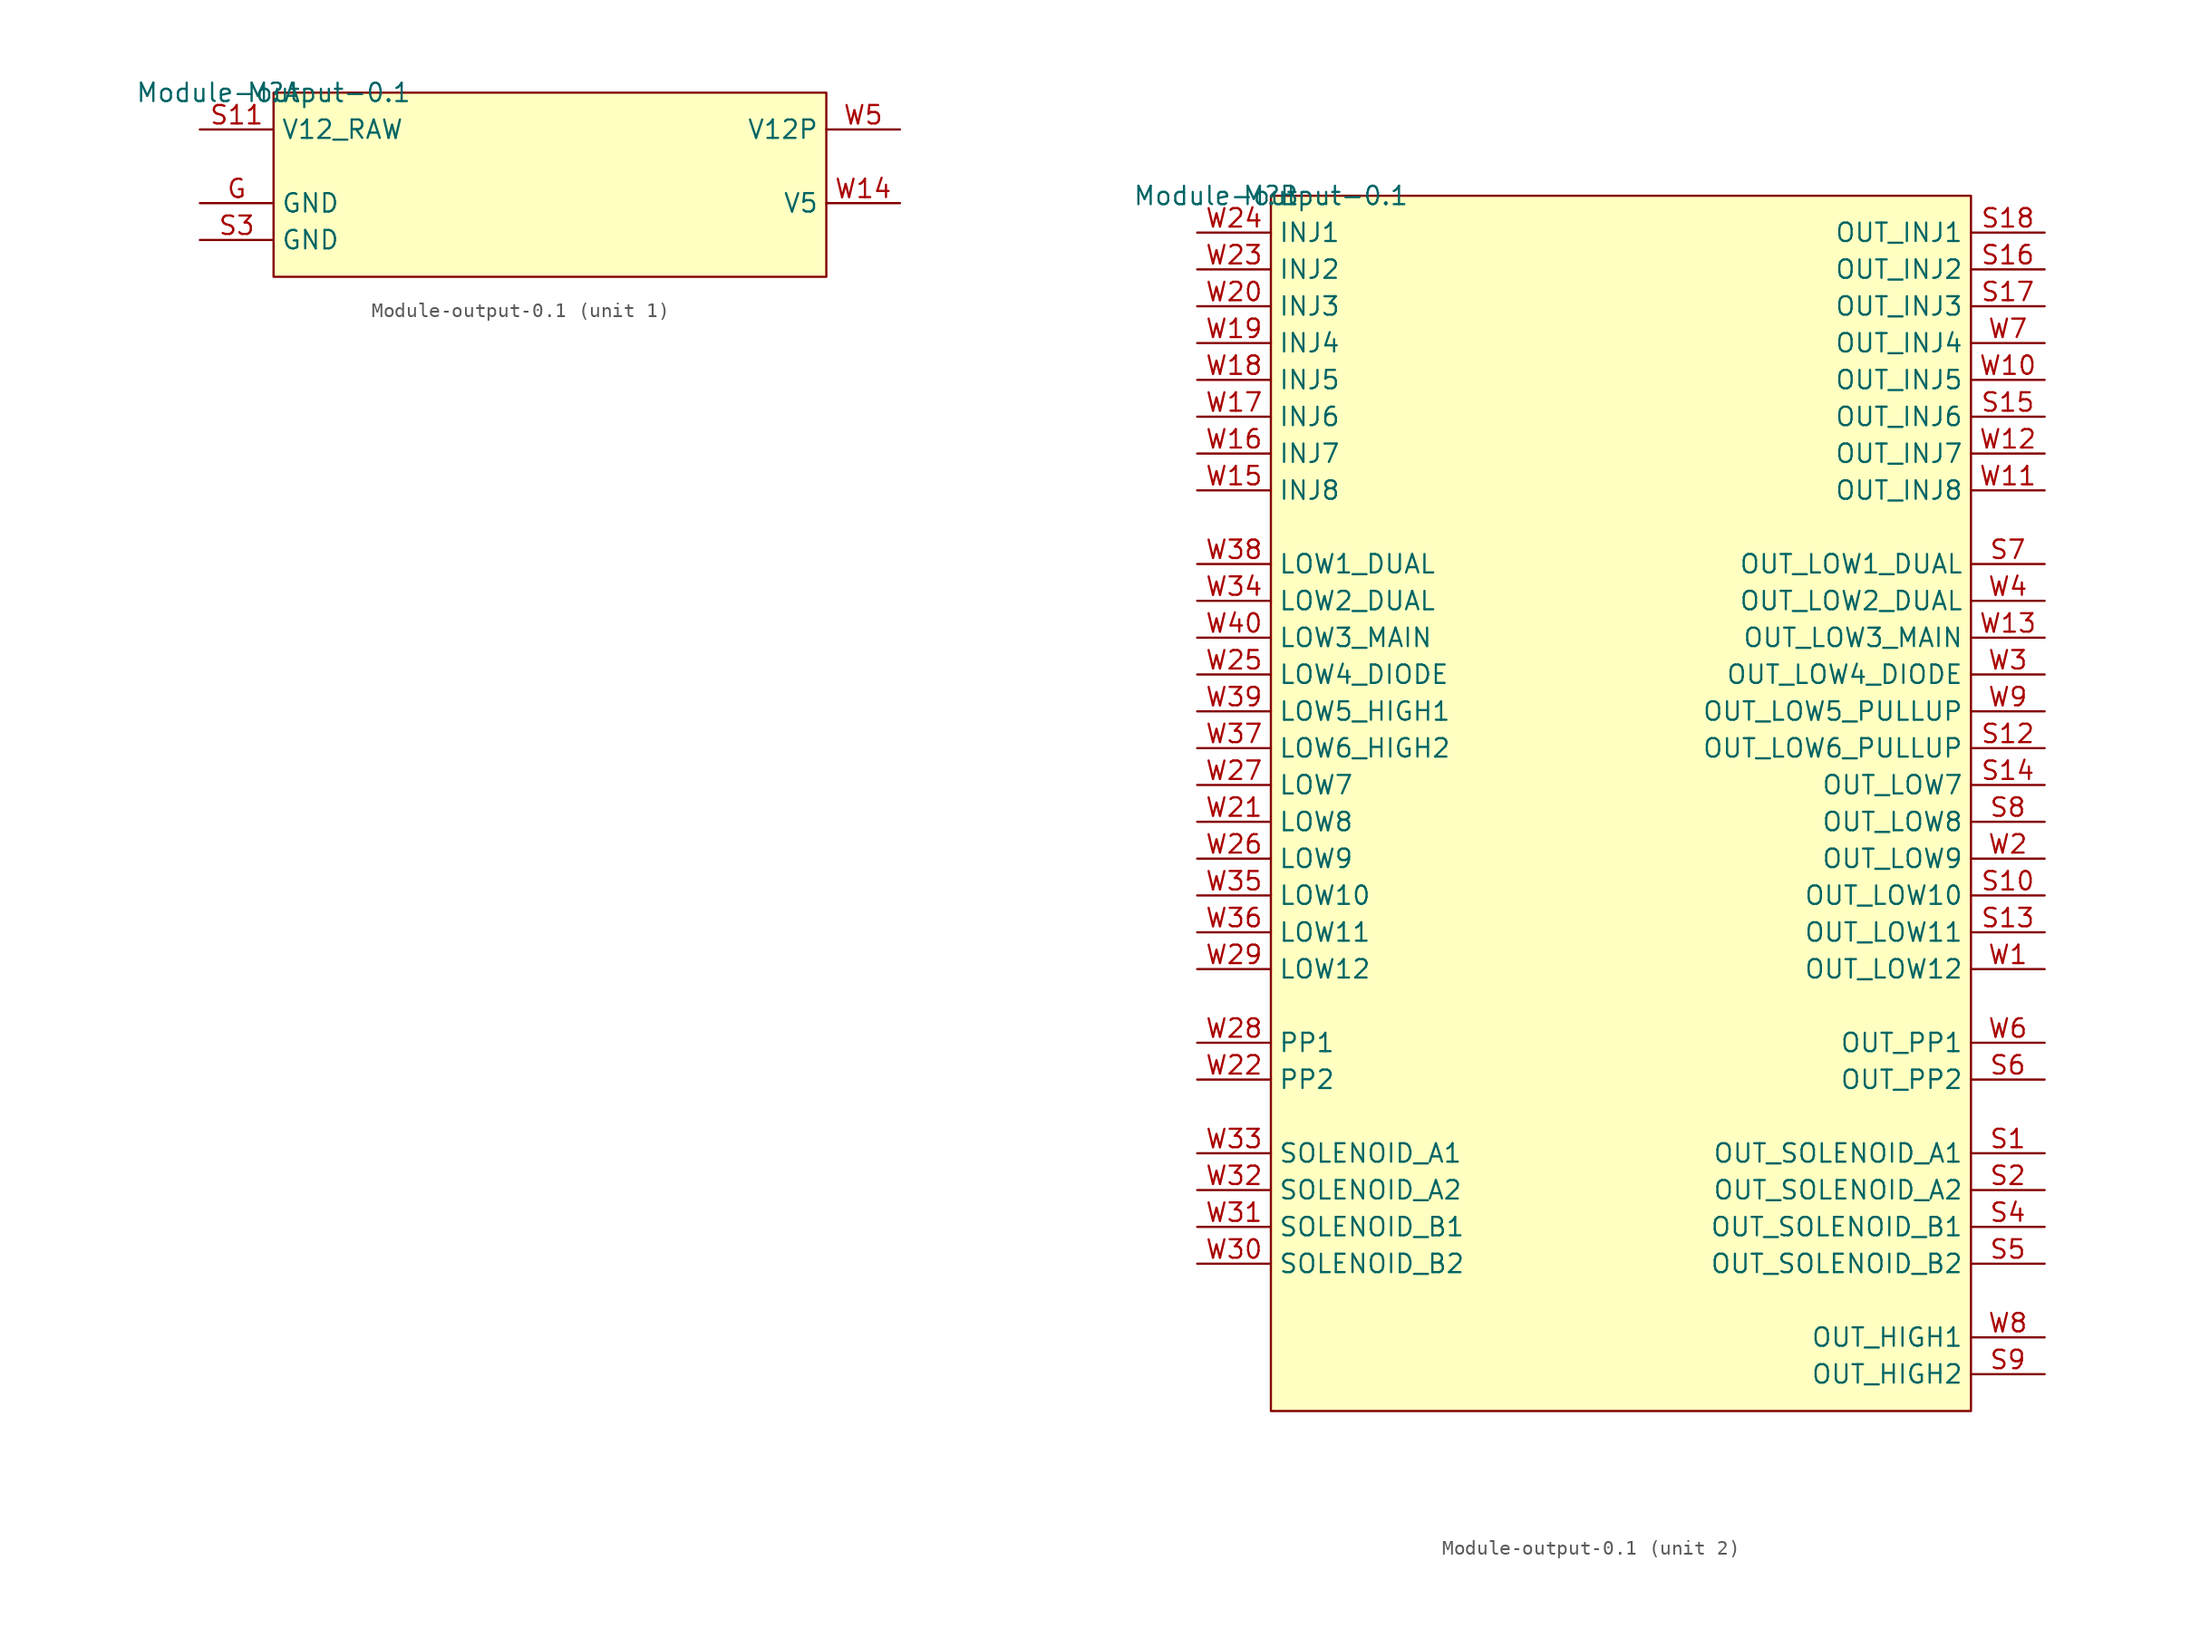
<source format=kicad_sym>
(kicad_symbol_lib
  (version 20201005)
  (generator kicad_symbol_editor)
  (symbol "output:Module-output-0.1"
    (property "Reference" "M"
      (at 0 0 0)
      (effects (font (size 1.27 1.27))))
    (property "Value" "Module-output-0.1"
      (at 0 0 0)
      (effects (font (size 1.27 1.27))))
    (symbol "Module-output-0.1_1_0"
      (rectangle (start 38.1 0) (end 0 -12.7) (stroke (width 0)) (fill (type background)))
      (pin passive line (at -5.08 -10.16 0) (length 5.08) (name "GND" (effects (font (size 1.27 1.27)))) (number "S3" (effects (font (size 1.27 1.27)))))
      (pin passive line (at -5.08 -2.54 0) (length 5.08) (name "V12_RAW" (effects (font (size 1.27 1.27)))) (number "S11" (effects (font (size 1.27 1.27)))))
      (pin passive line (at -5.08 -7.62 0) (length 5.08) (name "GND" (effects (font (size 1.27 1.27)))) (number "G" (effects (font (size 1.27 1.27)))))
      (pin passive line (at 43.18 -2.54 180) (length 5.08) (name "V12P" (effects (font (size 1.27 1.27)))) (number "W5" (effects (font (size 1.27 1.27)))))
      (pin passive line (at 43.18 -7.62 180) (length 5.08) (name "V5" (effects (font (size 1.27 1.27)))) (number "W14" (effects (font (size 1.27 1.27))))))
    (symbol "Module-output-0.1_2_0"
      (rectangle (start 48.26 0) (end 0 -83.82) (stroke (width 0)) (fill (type background)))
      (pin passive line (at 53.34 -66.04 180) (length 5.08) (name "OUT_SOLENOID_A1" (effects (font (size 1.27 1.27)))) (number "S1" (effects (font (size 1.27 1.27)))))
      (pin passive line (at 53.34 -68.58 180) (length 5.08) (name "OUT_SOLENOID_A2" (effects (font (size 1.27 1.27)))) (number "S2" (effects (font (size 1.27 1.27)))))
      (pin passive line (at 53.34 -71.12 180) (length 5.08) (name "OUT_SOLENOID_B1" (effects (font (size 1.27 1.27)))) (number "S4" (effects (font (size 1.27 1.27)))))
      (pin passive line (at 53.34 -73.66 180) (length 5.08) (name "OUT_SOLENOID_B2" (effects (font (size 1.27 1.27)))) (number "S5" (effects (font (size 1.27 1.27)))))
      (pin passive line (at 53.34 -60.96 180) (length 5.08) (name "OUT_PP2" (effects (font (size 1.27 1.27)))) (number "S6" (effects (font (size 1.27 1.27)))))
      (pin passive line (at 53.34 -25.4 180) (length 5.08) (name "OUT_LOW1_DUAL" (effects (font (size 1.27 1.27)))) (number "S7" (effects (font (size 1.27 1.27)))))
      (pin passive line (at 53.34 -43.18 180) (length 5.08) (name "OUT_LOW8" (effects (font (size 1.27 1.27)))) (number "S8" (effects (font (size 1.27 1.27)))))
      (pin passive line (at 53.34 -81.28 180) (length 5.08) (name "OUT_HIGH2" (effects (font (size 1.27 1.27)))) (number "S9" (effects (font (size 1.27 1.27)))))
      (pin passive line (at 53.34 -48.26 180) (length 5.08) (name "OUT_LOW10" (effects (font (size 1.27 1.27)))) (number "S10" (effects (font (size 1.27 1.27)))))
      (pin passive line (at 53.34 -38.1 180) (length 5.08) (name "OUT_LOW6_PULLUP" (effects (font (size 1.27 1.27)))) (number "S12" (effects (font (size 1.27 1.27)))))
      (pin passive line (at 53.34 -50.8 180) (length 5.08) (name "OUT_LOW11" (effects (font (size 1.27 1.27)))) (number "S13" (effects (font (size 1.27 1.27)))))
      (pin passive line (at 53.34 -40.64 180) (length 5.08) (name "OUT_LOW7" (effects (font (size 1.27 1.27)))) (number "S14" (effects (font (size 1.27 1.27)))))
      (pin passive line (at 53.34 -15.24 180) (length 5.08) (name "OUT_INJ6" (effects (font (size 1.27 1.27)))) (number "S15" (effects (font (size 1.27 1.27)))))
      (pin passive line (at 53.34 -5.08 180) (length 5.08) (name "OUT_INJ2" (effects (font (size 1.27 1.27)))) (number "S16" (effects (font (size 1.27 1.27)))))
      (pin passive line (at 53.34 -7.62 180) (length 5.08) (name "OUT_INJ3" (effects (font (size 1.27 1.27)))) (number "S17" (effects (font (size 1.27 1.27)))))
      (pin passive line (at 53.34 -2.54 180) (length 5.08) (name "OUT_INJ1" (effects (font (size 1.27 1.27)))) (number "S18" (effects (font (size 1.27 1.27)))))
      (pin passive line (at -5.08 -40.64 0) (length 5.08) (name "LOW7" (effects (font (size 1.27 1.27)))) (number "W27" (effects (font (size 1.27 1.27)))))
      (pin passive line (at -5.08 -73.66 0) (length 5.08) (name "SOLENOID_B2" (effects (font (size 1.27 1.27)))) (number "W30" (effects (font (size 1.27 1.27)))))
      (pin passive line (at -5.08 -58.42 0) (length 5.08) (name "PP1" (effects (font (size 1.27 1.27)))) (number "W28" (effects (font (size 1.27 1.27)))))
      (pin passive line (at -5.08 -53.34 0) (length 5.08) (name "LOW12" (effects (font (size 1.27 1.27)))) (number "W29" (effects (font (size 1.27 1.27)))))
      (pin passive line (at -5.08 -71.12 0) (length 5.08) (name "SOLENOID_B1" (effects (font (size 1.27 1.27)))) (number "W31" (effects (font (size 1.27 1.27)))))
      (pin passive line (at -5.08 -68.58 0) (length 5.08) (name "SOLENOID_A2" (effects (font (size 1.27 1.27)))) (number "W32" (effects (font (size 1.27 1.27)))))
      (pin passive line (at 53.34 -53.34 180) (length 5.08) (name "OUT_LOW12" (effects (font (size 1.27 1.27)))) (number "W1" (effects (font (size 1.27 1.27)))))
      (pin passive line (at 53.34 -45.72 180) (length 5.08) (name "OUT_LOW9" (effects (font (size 1.27 1.27)))) (number "W2" (effects (font (size 1.27 1.27)))))
      (pin passive line (at 53.34 -33.02 180) (length 5.08) (name "OUT_LOW4_DIODE" (effects (font (size 1.27 1.27)))) (number "W3" (effects (font (size 1.27 1.27)))))
      (pin passive line (at 53.34 -27.94 180) (length 5.08) (name "OUT_LOW2_DUAL" (effects (font (size 1.27 1.27)))) (number "W4" (effects (font (size 1.27 1.27)))))
      (pin passive line (at 53.34 -58.42 180) (length 5.08) (name "OUT_PP1" (effects (font (size 1.27 1.27)))) (number "W6" (effects (font (size 1.27 1.27)))))
      (pin passive line (at 53.34 -10.16 180) (length 5.08) (name "OUT_INJ4" (effects (font (size 1.27 1.27)))) (number "W7" (effects (font (size 1.27 1.27)))))
      (pin passive line (at 53.34 -78.74 180) (length 5.08) (name "OUT_HIGH1" (effects (font (size 1.27 1.27)))) (number "W8" (effects (font (size 1.27 1.27)))))
      (pin passive line (at 53.34 -35.56 180) (length 5.08) (name "OUT_LOW5_PULLUP" (effects (font (size 1.27 1.27)))) (number "W9" (effects (font (size 1.27 1.27)))))
      (pin passive line (at 53.34 -12.7 180) (length 5.08) (name "OUT_INJ5" (effects (font (size 1.27 1.27)))) (number "W10" (effects (font (size 1.27 1.27)))))
      (pin passive line (at 53.34 -20.32 180) (length 5.08) (name "OUT_INJ8" (effects (font (size 1.27 1.27)))) (number "W11" (effects (font (size 1.27 1.27)))))
      (pin passive line (at 53.34 -17.78 180) (length 5.08) (name "OUT_INJ7" (effects (font (size 1.27 1.27)))) (number "W12" (effects (font (size 1.27 1.27)))))
      (pin passive line (at 53.34 -30.48 180) (length 5.08) (name "OUT_LOW3_MAIN" (effects (font (size 1.27 1.27)))) (number "W13" (effects (font (size 1.27 1.27)))))
      (pin passive line (at -5.08 -20.32 0) (length 5.08) (name "INJ8" (effects (font (size 1.27 1.27)))) (number "W15" (effects (font (size 1.27 1.27)))))
      (pin passive line (at -5.08 -17.78 0) (length 5.08) (name "INJ7" (effects (font (size 1.27 1.27)))) (number "W16" (effects (font (size 1.27 1.27)))))
      (pin passive line (at -5.08 -15.24 0) (length 5.08) (name "INJ6" (effects (font (size 1.27 1.27)))) (number "W17" (effects (font (size 1.27 1.27)))))
      (pin passive line (at -5.08 -12.7 0) (length 5.08) (name "INJ5" (effects (font (size 1.27 1.27)))) (number "W18" (effects (font (size 1.27 1.27)))))
      (pin passive line (at -5.08 -10.16 0) (length 5.08) (name "INJ4" (effects (font (size 1.27 1.27)))) (number "W19" (effects (font (size 1.27 1.27)))))
      (pin passive line (at -5.08 -7.62 0) (length 5.08) (name "INJ3" (effects (font (size 1.27 1.27)))) (number "W20" (effects (font (size 1.27 1.27)))))
      (pin passive line (at -5.08 -43.18 0) (length 5.08) (name "LOW8" (effects (font (size 1.27 1.27)))) (number "W21" (effects (font (size 1.27 1.27)))))
      (pin passive line (at -5.08 -60.96 0) (length 5.08) (name "PP2" (effects (font (size 1.27 1.27)))) (number "W22" (effects (font (size 1.27 1.27)))))
      (pin passive line (at -5.08 -5.08 0) (length 5.08) (name "INJ2" (effects (font (size 1.27 1.27)))) (number "W23" (effects (font (size 1.27 1.27)))))
      (pin passive line (at -5.08 -2.54 0) (length 5.08) (name "INJ1" (effects (font (size 1.27 1.27)))) (number "W24" (effects (font (size 1.27 1.27)))))
      (pin passive line (at -5.08 -33.02 0) (length 5.08) (name "LOW4_DIODE" (effects (font (size 1.27 1.27)))) (number "W25" (effects (font (size 1.27 1.27)))))
      (pin passive line (at -5.08 -45.72 0) (length 5.08) (name "LOW9" (effects (font (size 1.27 1.27)))) (number "W26" (effects (font (size 1.27 1.27)))))
      (pin passive line (at -5.08 -66.04 0) (length 5.08) (name "SOLENOID_A1" (effects (font (size 1.27 1.27)))) (number "W33" (effects (font (size 1.27 1.27)))))
      (pin passive line (at -5.08 -27.94 0) (length 5.08) (name "LOW2_DUAL" (effects (font (size 1.27 1.27)))) (number "W34" (effects (font (size 1.27 1.27)))))
      (pin passive line (at -5.08 -48.26 0) (length 5.08) (name "LOW10" (effects (font (size 1.27 1.27)))) (number "W35" (effects (font (size 1.27 1.27)))))
      (pin passive line (at -5.08 -50.8 0) (length 5.08) (name "LOW11" (effects (font (size 1.27 1.27)))) (number "W36" (effects (font (size 1.27 1.27)))))
      (pin passive line (at -5.08 -38.1 0) (length 5.08) (name "LOW6_HIGH2" (effects (font (size 1.27 1.27)))) (number "W37" (effects (font (size 1.27 1.27)))))
      (pin passive line (at -5.08 -25.4 0) (length 5.08) (name "LOW1_DUAL" (effects (font (size 1.27 1.27)))) (number "W38" (effects (font (size 1.27 1.27)))))
      (pin passive line (at -5.08 -35.56 0) (length 5.08) (name "LOW5_HIGH1" (effects (font (size 1.27 1.27)))) (number "W39" (effects (font (size 1.27 1.27)))))
      (pin passive line (at -5.08 -30.48 0) (length 5.08) (name "LOW3_MAIN" (effects (font (size 1.27 1.27)))) (number "W40" (effects (font (size 1.27 1.27))))))))
</source>
